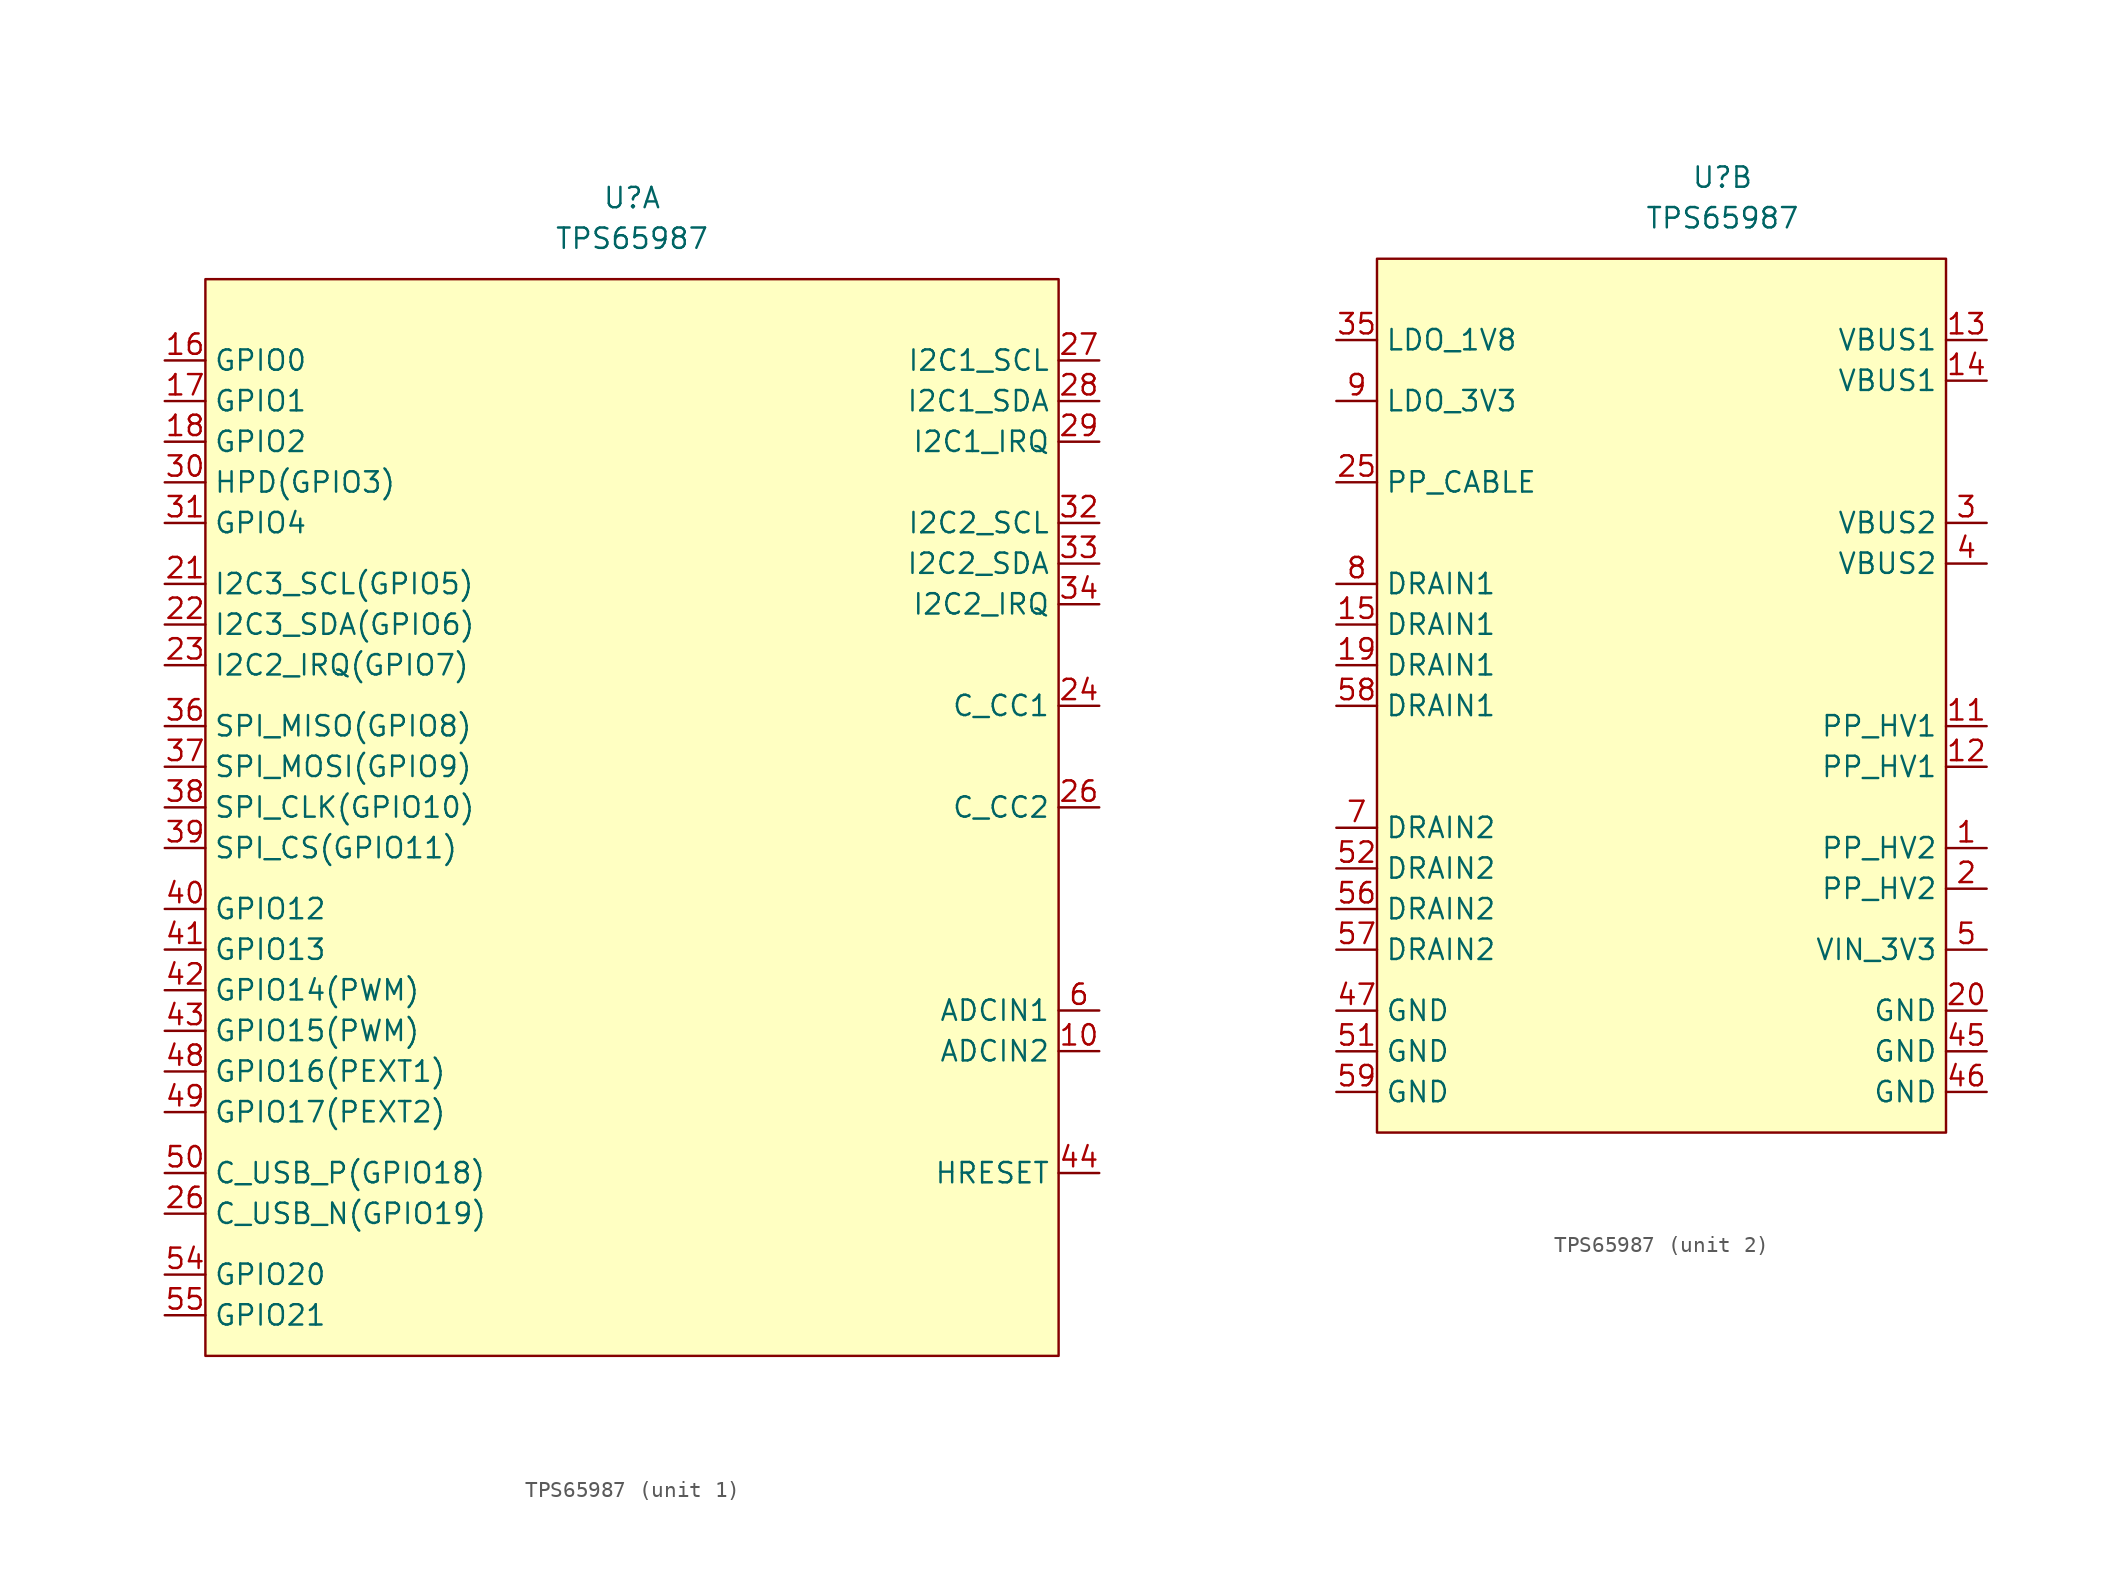
<source format=kicad_sym>
(kicad_symbol_lib
  (version 20211014)
  (generator kicad_symbol_editor)
  (symbol "TPS65987"
    (property "Reference" "U"
      (at 0 5.08 0)
      (effects (font (size 1.27 1.27))))
    (property "Value" "TPS65987"
      (at 0 2.54 0)
      (effects (font (size 1.27 1.27))))
    (symbol "TPS65987_1_1"
      (rectangle (start -26.67 0) (end 26.67 -67.31) (stroke (width 0.152) (type default) (color 0 0 0 0)) (fill (type background)))
      (pin input line (at 29.21 -48.26 180) (length 2.54) (name "ADCIN2" (effects (font (size 1.27 1.27)))) (number "10" (effects (font (size 1.27 1.27)))))
      (pin bidirectional line (at -29.21 -5.08 0) (length 2.54) (name "GPIO0" (effects (font (size 1.27 1.27)))) (number "16" (effects (font (size 1.27 1.27)))))
      (pin bidirectional line (at -29.21 -7.62 0) (length 2.54) (name "GPIO1" (effects (font (size 1.27 1.27)))) (number "17" (effects (font (size 1.27 1.27)))))
      (pin bidirectional line (at -29.21 -10.16 0) (length 2.54) (name "GPIO2" (effects (font (size 1.27 1.27)))) (number "18" (effects (font (size 1.27 1.27)))))
      (pin bidirectional line (at -29.21 -19.05 0) (length 2.54) (name "I2C3_SCL(GPIO5)" (effects (font (size 1.27 1.27)))) (number "21" (effects (font (size 1.27 1.27)))))
      (pin bidirectional line (at -29.21 -21.59 0) (length 2.54) (name "I2C3_SDA(GPIO6)" (effects (font (size 1.27 1.27)))) (number "22" (effects (font (size 1.27 1.27)))))
      (pin bidirectional line (at -29.21 -24.13 0) (length 2.54) (name "I2C2_IRQ(GPIO7)" (effects (font (size 1.27 1.27)))) (number "23" (effects (font (size 1.27 1.27)))))
      (pin bidirectional line (at 29.21 -26.67 180) (length 2.54) (name "C_CC1" (effects (font (size 1.27 1.27)))) (number "24" (effects (font (size 1.27 1.27)))))
      (pin bidirectional line (at 29.21 -33.02 180) (length 2.54) (name "C_CC2" (effects (font (size 1.27 1.27)))) (number "26" (effects (font (size 1.27 1.27)))))
      (pin bidirectional line (at -29.21 -58.42 0) (length 2.54) (name "C_USB_N(GPIO19)" (effects (font (size 1.27 1.27)))) (number "26" (effects (font (size 1.27 1.27)))))
      (pin bidirectional line (at 29.21 -5.08 180) (length 2.54) (name "I2C1_SCL" (effects (font (size 1.27 1.27)))) (number "27" (effects (font (size 1.27 1.27)))))
      (pin bidirectional line (at 29.21 -7.62 180) (length 2.54) (name "I2C1_SDA" (effects (font (size 1.27 1.27)))) (number "28" (effects (font (size 1.27 1.27)))))
      (pin output line (at 29.21 -10.16 180) (length 2.54) (name "I2C1_IRQ" (effects (font (size 1.27 1.27)))) (number "29" (effects (font (size 1.27 1.27)))))
      (pin bidirectional line (at -29.21 -12.7 0) (length 2.54) (name "HPD(GPIO3)" (effects (font (size 1.27 1.27)))) (number "30" (effects (font (size 1.27 1.27)))))
      (pin bidirectional line (at -29.21 -15.24 0) (length 2.54) (name "GPIO4" (effects (font (size 1.27 1.27)))) (number "31" (effects (font (size 1.27 1.27)))))
      (pin bidirectional line (at 29.21 -15.24 180) (length 2.54) (name "I2C2_SCL" (effects (font (size 1.27 1.27)))) (number "32" (effects (font (size 1.27 1.27)))))
      (pin bidirectional line (at 29.21 -17.78 180) (length 2.54) (name "I2C2_SDA" (effects (font (size 1.27 1.27)))) (number "33" (effects (font (size 1.27 1.27)))))
      (pin output line (at 29.21 -20.32 180) (length 2.54) (name "I2C2_IRQ" (effects (font (size 1.27 1.27)))) (number "34" (effects (font (size 1.27 1.27)))))
      (pin bidirectional line (at -29.21 -27.94 0) (length 2.54) (name "SPI_MISO(GPIO8)" (effects (font (size 1.27 1.27)))) (number "36" (effects (font (size 1.27 1.27)))))
      (pin bidirectional line (at -29.21 -30.48 0) (length 2.54) (name "SPI_MOSI(GPIO9)" (effects (font (size 1.27 1.27)))) (number "37" (effects (font (size 1.27 1.27)))))
      (pin bidirectional line (at -29.21 -33.02 0) (length 2.54) (name "SPI_CLK(GPIO10)" (effects (font (size 1.27 1.27)))) (number "38" (effects (font (size 1.27 1.27)))))
      (pin bidirectional line (at -29.21 -35.56 0) (length 2.54) (name "SPI_CS(GPIO11)" (effects (font (size 1.27 1.27)))) (number "39" (effects (font (size 1.27 1.27)))))
      (pin bidirectional line (at -29.21 -39.37 0) (length 2.54) (name "GPIO12" (effects (font (size 1.27 1.27)))) (number "40" (effects (font (size 1.27 1.27)))))
      (pin bidirectional line (at -29.21 -41.91 0) (length 2.54) (name "GPIO13" (effects (font (size 1.27 1.27)))) (number "41" (effects (font (size 1.27 1.27)))))
      (pin bidirectional line (at -29.21 -44.45 0) (length 2.54) (name "GPIO14(PWM)" (effects (font (size 1.27 1.27)))) (number "42" (effects (font (size 1.27 1.27)))))
      (pin bidirectional line (at -29.21 -46.99 0) (length 2.54) (name "GPIO15(PWM)" (effects (font (size 1.27 1.27)))) (number "43" (effects (font (size 1.27 1.27)))))
      (pin bidirectional line (at 29.21 -55.88 180) (length 2.54) (name "HRESET" (effects (font (size 1.27 1.27)))) (number "44" (effects (font (size 1.27 1.27)))))
      (pin bidirectional line (at -29.21 -49.53 0) (length 2.54) (name "GPIO16(PEXT1)" (effects (font (size 1.27 1.27)))) (number "48" (effects (font (size 1.27 1.27)))))
      (pin bidirectional line (at -29.21 -52.07 0) (length 2.54) (name "GPIO17(PEXT2)" (effects (font (size 1.27 1.27)))) (number "49" (effects (font (size 1.27 1.27)))))
      (pin bidirectional line (at -29.21 -55.88 0) (length 2.54) (name "C_USB_P(GPIO18)" (effects (font (size 1.27 1.27)))) (number "50" (effects (font (size 1.27 1.27)))))
      (pin bidirectional line (at -29.21 -62.23 0) (length 2.54) (name "GPIO20" (effects (font (size 1.27 1.27)))) (number "54" (effects (font (size 1.27 1.27)))))
      (pin bidirectional line (at -29.21 -64.77 0) (length 2.54) (name "GPIO21" (effects (font (size 1.27 1.27)))) (number "55" (effects (font (size 1.27 1.27)))))
      (pin input line (at 29.21 -45.72 180) (length 2.54) (name "ADCIN1" (effects (font (size 1.27 1.27)))) (number "6" (effects (font (size 1.27 1.27))))))
    (symbol "TPS65987_2_1"
      (rectangle (start -21.59 0) (end 13.97 -54.61) (stroke (width 0) (type default) (color 0 0 0 0)) (fill (type background)))
      (pin passive line (at 16.51 -36.83 180) (length 2.54) (name "PP_HV2" (effects (font (size 1.27 1.27)))) (number "1" (effects (font (size 1.27 1.27)))))
      (pin passive line (at 16.51 -29.21 180) (length 2.54) (name "PP_HV1" (effects (font (size 1.27 1.27)))) (number "11" (effects (font (size 1.27 1.27)))))
      (pin passive line (at 16.51 -31.75 180) (length 2.54) (name "PP_HV1" (effects (font (size 1.27 1.27)))) (number "12" (effects (font (size 1.27 1.27)))))
      (pin passive line (at 16.51 -5.08 180) (length 2.54) (name "VBUS1" (effects (font (size 1.27 1.27)))) (number "13" (effects (font (size 1.27 1.27)))))
      (pin passive line (at 16.51 -7.62 180) (length 2.54) (name "VBUS1" (effects (font (size 1.27 1.27)))) (number "14" (effects (font (size 1.27 1.27)))))
      (pin passive line (at -24.13 -22.86 0) (length 2.54) (name "DRAIN1" (effects (font (size 1.27 1.27)))) (number "15" (effects (font (size 1.27 1.27)))))
      (pin passive line (at -24.13 -25.4 0) (length 2.54) (name "DRAIN1" (effects (font (size 1.27 1.27)))) (number "19" (effects (font (size 1.27 1.27)))))
      (pin passive line (at 16.51 -39.37 180) (length 2.54) (name "PP_HV2" (effects (font (size 1.27 1.27)))) (number "2" (effects (font (size 1.27 1.27)))))
      (pin power_in line (at 16.51 -46.99 180) (length 2.54) (name "GND" (effects (font (size 1.27 1.27)))) (number "20" (effects (font (size 1.27 1.27)))))
      (pin power_in line (at -24.13 -13.97 0) (length 2.54) (name "PP_CABLE" (effects (font (size 1.27 1.27)))) (number "25" (effects (font (size 1.27 1.27)))))
      (pin passive line (at 16.51 -16.51 180) (length 2.54) (name "VBUS2" (effects (font (size 1.27 1.27)))) (number "3" (effects (font (size 1.27 1.27)))))
      (pin power_out line (at -24.13 -5.08 0) (length 2.54) (name "LDO_1V8" (effects (font (size 1.27 1.27)))) (number "35" (effects (font (size 1.27 1.27)))))
      (pin passive line (at 16.51 -19.05 180) (length 2.54) (name "VBUS2" (effects (font (size 1.27 1.27)))) (number "4" (effects (font (size 1.27 1.27)))))
      (pin power_in line (at 16.51 -49.53 180) (length 2.54) (name "GND" (effects (font (size 1.27 1.27)))) (number "45" (effects (font (size 1.27 1.27)))))
      (pin power_in line (at 16.51 -52.07 180) (length 2.54) (name "GND" (effects (font (size 1.27 1.27)))) (number "46" (effects (font (size 1.27 1.27)))))
      (pin power_in line (at -24.13 -46.99 0) (length 2.54) (name "GND" (effects (font (size 1.27 1.27)))) (number "47" (effects (font (size 1.27 1.27)))))
      (pin power_in line (at 16.51 -43.18 180) (length 2.54) (name "VIN_3V3" (effects (font (size 1.27 1.27)))) (number "5" (effects (font (size 1.27 1.27)))))
      (pin power_in line (at -24.13 -49.53 0) (length 2.54) (name "GND" (effects (font (size 1.27 1.27)))) (number "51" (effects (font (size 1.27 1.27)))))
      (pin passive line (at -24.13 -38.1 0) (length 2.54) (name "DRAIN2" (effects (font (size 1.27 1.27)))) (number "52" (effects (font (size 1.27 1.27)))))
      (pin passive line (at -24.13 -40.64 0) (length 2.54) (name "DRAIN2" (effects (font (size 1.27 1.27)))) (number "56" (effects (font (size 1.27 1.27)))))
      (pin passive line (at -24.13 -43.18 0) (length 2.54) (name "DRAIN2" (effects (font (size 1.27 1.27)))) (number "57" (effects (font (size 1.27 1.27)))))
      (pin passive line (at -24.13 -27.94 0) (length 2.54) (name "DRAIN1" (effects (font (size 1.27 1.27)))) (number "58" (effects (font (size 1.27 1.27)))))
      (pin power_in line (at -24.13 -52.07 0) (length 2.54) (name "GND" (effects (font (size 1.27 1.27)))) (number "59" (effects (font (size 1.27 1.27)))))
      (pin passive line (at -24.13 -35.56 0) (length 2.54) (name "DRAIN2" (effects (font (size 1.27 1.27)))) (number "7" (effects (font (size 1.27 1.27)))))
      (pin passive line (at -24.13 -20.32 0) (length 2.54) (name "DRAIN1" (effects (font (size 1.27 1.27)))) (number "8" (effects (font (size 1.27 1.27)))))
      (pin power_out line (at -24.13 -8.89 0) (length 2.54) (name "LDO_3V3" (effects (font (size 1.27 1.27)))) (number "9" (effects (font (size 1.27 1.27))))))))
</source>
